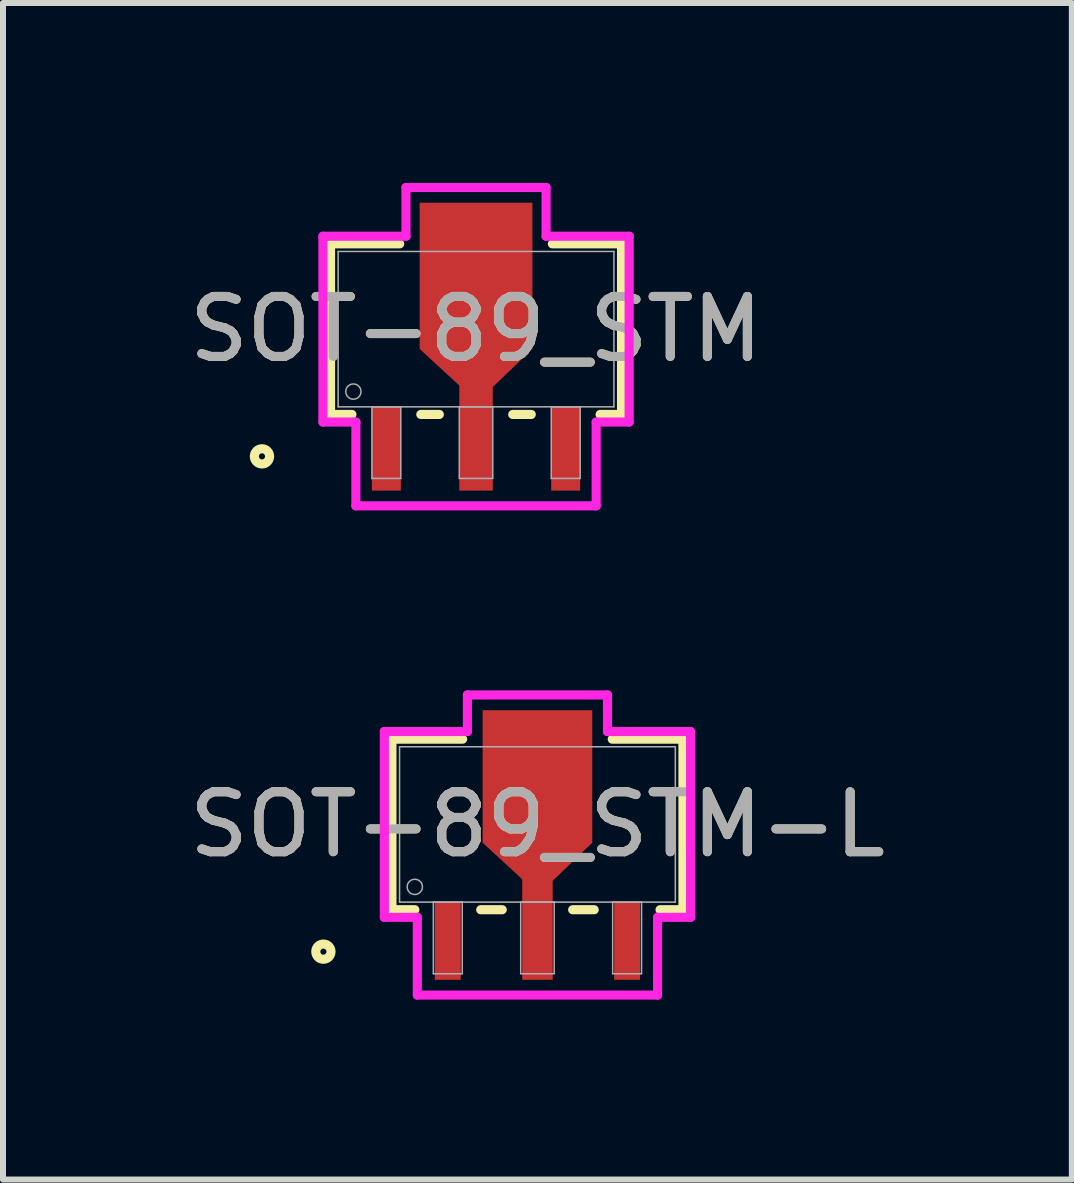
<source format=kicad_pcb>
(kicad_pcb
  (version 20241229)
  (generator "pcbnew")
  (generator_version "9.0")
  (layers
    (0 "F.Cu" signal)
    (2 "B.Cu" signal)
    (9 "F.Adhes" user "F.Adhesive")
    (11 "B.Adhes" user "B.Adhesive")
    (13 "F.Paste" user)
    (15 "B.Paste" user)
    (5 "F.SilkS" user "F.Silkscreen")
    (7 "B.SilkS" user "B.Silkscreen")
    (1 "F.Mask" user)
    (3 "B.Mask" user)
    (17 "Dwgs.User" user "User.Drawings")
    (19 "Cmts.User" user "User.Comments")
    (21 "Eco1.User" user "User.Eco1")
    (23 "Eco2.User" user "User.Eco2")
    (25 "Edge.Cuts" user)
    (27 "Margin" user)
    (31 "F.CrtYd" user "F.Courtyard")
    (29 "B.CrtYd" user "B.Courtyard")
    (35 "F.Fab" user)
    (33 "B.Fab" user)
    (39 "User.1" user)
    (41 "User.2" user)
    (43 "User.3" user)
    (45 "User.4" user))
  (footprint "SOT-89_STM"
    (layer "F.Cu")
    (at 4.887 2.438)
    (property "Reference" "SOT-89_STM" (at 0 0 0) (unlocked yes) (layer "F.SilkS") (effects (font (size 1 1) (thickness 0.15))))
    (attr smd)
    (fp_poly (pts (xy -0.279 1.295) (xy -0.279 0.94) (xy -0.94 0.33) (xy -0.94 -2.108) (xy 0.94 -2.108) (xy 0.94 0.33) (xy 0.279 0.965) (xy 0.279 1.295)) (stroke (width 0) (type solid)) (fill yes) (layer "F.Cu"))
    (fp_poly (pts (xy -0.279 1.295) (xy -0.279 0.94) (xy -0.914 0.305) (xy -0.914 -1.956) (xy 0.914 -1.956) (xy 0.914 0.305) (xy 0.279 0.94) (xy 0.279 1.295)) (stroke (width 0) (type solid)) (fill yes) (layer "F.Mask"))
    (fp_line (start -2.426 -1.422) (end -2.426 1.422) (stroke (width 0.152) (type solid)) (layer "F.SilkS"))
    (fp_line (start -2.426 1.422) (end -2.069 1.422) (stroke (width 0.152) (type solid)) (layer "F.SilkS"))
    (fp_line (start -1.273 -1.422) (end -2.426 -1.422) (stroke (width 0.152) (type solid)) (layer "F.SilkS"))
    (fp_line (start -0.921 1.422) (end -0.612 1.422) (stroke (width 0.152) (type solid)) (layer "F.SilkS"))
    (fp_line (start 0.612 1.422) (end 0.921 1.422) (stroke (width 0.152) (type solid)) (layer "F.SilkS"))
    (fp_line (start 2.069 1.422) (end 2.426 1.422) (stroke (width 0.152) (type solid)) (layer "F.SilkS"))
    (fp_line (start 2.426 -1.422) (end 1.273 -1.422) (stroke (width 0.152) (type solid)) (layer "F.SilkS"))
    (fp_line (start 2.426 1.422) (end 2.426 -1.422) (stroke (width 0.152) (type solid)) (layer "F.SilkS"))
    (fp_circle (center -3.569 2.121) (end -3.442 2.121) (stroke (width 0.152) (type solid)) (fill no) (layer "F.SilkS"))
    (fp_poly (pts (xy -0.279 1.295) (xy -0.279 0.94) (xy -0.914 0.305) (xy -0.914 -1.956) (xy 0.914 -1.956) (xy 0.914 0.305) (xy 0.279 0.94) (xy 0.279 1.295)) (stroke (width 0) (type solid)) (fill yes) (layer "F.Paste"))
    (fp_line (start -2.553 -1.549) (end -1.168 -1.549) (stroke (width 0.152) (type solid)) (layer "F.CrtYd"))
    (fp_line (start -2.553 1.549) (end -2.553 -1.549) (stroke (width 0.152) (type solid)) (layer "F.CrtYd"))
    (fp_line (start -2.003 1.549) (end -2.553 1.549) (stroke (width 0.152) (type solid)) (layer "F.CrtYd"))
    (fp_line (start -2.003 2.946) (end -2.003 1.549) (stroke (width 0.152) (type solid)) (layer "F.CrtYd"))
    (fp_line (start -1.168 -2.362) (end 1.168 -2.362) (stroke (width 0.152) (type solid)) (layer "F.CrtYd"))
    (fp_line (start -1.168 -1.549) (end -1.168 -2.362) (stroke (width 0.152) (type solid)) (layer "F.CrtYd"))
    (fp_line (start 1.168 -2.362) (end 1.168 -1.549) (stroke (width 0.152) (type solid)) (layer "F.CrtYd"))
    (fp_line (start 1.168 -1.549) (end 2.553 -1.549) (stroke (width 0.152) (type solid)) (layer "F.CrtYd"))
    (fp_line (start 2.003 1.549) (end 2.003 2.946) (stroke (width 0.152) (type solid)) (layer "F.CrtYd"))
    (fp_line (start 2.003 2.946) (end -2.003 2.946) (stroke (width 0.152) (type solid)) (layer "F.CrtYd"))
    (fp_line (start 2.553 -1.549) (end 2.553 1.549) (stroke (width 0.152) (type solid)) (layer "F.CrtYd"))
    (fp_line (start 2.553 1.549) (end 2.003 1.549) (stroke (width 0.152) (type solid)) (layer "F.CrtYd"))
    (fp_line (start -2.299 -1.295) (end -2.299 1.295) (stroke (width 0.025) (type solid)) (layer "F.Fab"))
    (fp_line (start -2.299 1.295) (end 2.299 1.295) (stroke (width 0.025) (type solid)) (layer "F.Fab"))
    (fp_line (start -1.736 1.295) (end -1.736 2.489) (stroke (width 0.025) (type solid)) (layer "F.Fab"))
    (fp_line (start -1.736 2.489) (end -1.254 2.489) (stroke (width 0.025) (type solid)) (layer "F.Fab"))
    (fp_line (start -1.254 1.295) (end -1.736 1.295) (stroke (width 0.025) (type solid)) (layer "F.Fab"))
    (fp_line (start -1.254 2.489) (end -1.254 1.295) (stroke (width 0.025) (type solid)) (layer "F.Fab"))
    (fp_line (start -0.279 1.295) (end -0.279 2.489) (stroke (width 0.025) (type solid)) (layer "F.Fab"))
    (fp_line (start -0.279 2.489) (end 0.279 2.489) (stroke (width 0.025) (type solid)) (layer "F.Fab"))
    (fp_line (start 0.279 1.295) (end -0.279 1.295) (stroke (width 0.025) (type solid)) (layer "F.Fab"))
    (fp_line (start 0.279 2.489) (end 0.279 1.295) (stroke (width 0.025) (type solid)) (layer "F.Fab"))
    (fp_line (start 1.254 1.295) (end 1.254 2.489) (stroke (width 0.025) (type solid)) (layer "F.Fab"))
    (fp_line (start 1.254 2.489) (end 1.736 2.489) (stroke (width 0.025) (type solid)) (layer "F.Fab"))
    (fp_line (start 1.736 1.295) (end 1.254 1.295) (stroke (width 0.025) (type solid)) (layer "F.Fab"))
    (fp_line (start 1.736 2.489) (end 1.736 1.295) (stroke (width 0.025) (type solid)) (layer "F.Fab"))
    (fp_line (start 2.299 -1.295) (end -2.299 -1.295) (stroke (width 0.025) (type solid)) (layer "F.Fab"))
    (fp_line (start 2.299 1.295) (end 2.299 -1.295) (stroke (width 0.025) (type solid)) (layer "F.Fab"))
    (fp_circle (center -2.045 1.041) (end -1.918 1.041) (stroke (width 0.025) (type solid)) (fill no) (layer "F.Fab"))
    (fp_text user "${REFERENCE}" (at 0 0 0) (unlocked yes) (layer "F.Fab") (effects (font (size 1 1) (thickness 0.15))))
    (pad "1" smd rect (at -1.495 1.994) (size 0.483 1.397) (layers "F.Cu" "F.Mask" "F.Paste"))
    (pad "2" smd rect (at 0 1.994) (size 0.559 1.397) (layers "F.Cu" "F.Mask" "F.Paste"))
    (pad "3" smd rect (at 1.495 1.994) (size 0.483 1.397) (layers "F.Cu" "F.Mask" "F.Paste")))
  (footprint "SOT-89_STM-L"
    (layer "F.Cu")
    (at 5.911 10.696)
    (property "Reference" "SOT-89_STM-L" (at 0 0 0) (unlocked yes) (layer "F.SilkS") (effects (font (size 1 1) (thickness 0.15))))
    (attr smd)
    (fp_poly (pts (xy -0.254 1.295) (xy -0.254 0.914) (xy -0.914 0.305) (xy -0.914 -1.905) (xy 0.914 -1.905) (xy 0.914 0.305) (xy 0.254 0.94) (xy 0.254 1.295)) (stroke (width 0) (type solid)) (fill yes) (layer "F.Cu"))
    (fp_poly (pts (xy -0.254 1.27) (xy -0.254 0.914) (xy -0.889 0.279) (xy -0.889 -1.854) (xy 0.889 -1.854) (xy 0.889 0.279) (xy 0.254 0.914) (xy 0.254 1.27)) (stroke (width 0) (type solid)) (fill yes) (layer "F.Mask"))
    (fp_line (start -2.426 -1.422) (end -2.426 1.422) (stroke (width 0.152) (type solid)) (layer "F.SilkS"))
    (fp_line (start -2.426 1.422) (end -2.044 1.422) (stroke (width 0.152) (type solid)) (layer "F.SilkS"))
    (fp_line (start -1.247 -1.422) (end -2.426 -1.422) (stroke (width 0.152) (type solid)) (layer "F.SilkS"))
    (fp_line (start -0.946 1.422) (end -0.587 1.422) (stroke (width 0.152) (type solid)) (layer "F.SilkS"))
    (fp_line (start 0.587 1.422) (end 0.946 1.422) (stroke (width 0.152) (type solid)) (layer "F.SilkS"))
    (fp_line (start 2.044 1.422) (end 2.426 1.422) (stroke (width 0.152) (type solid)) (layer "F.SilkS"))
    (fp_line (start 2.426 -1.422) (end 1.247 -1.422) (stroke (width 0.152) (type solid)) (layer "F.SilkS"))
    (fp_line (start 2.426 1.422) (end 2.426 -1.422) (stroke (width 0.152) (type solid)) (layer "F.SilkS"))
    (fp_circle (center -3.569 2.121) (end -3.442 2.121) (stroke (width 0.152) (type solid)) (fill no) (layer "F.SilkS"))
    (fp_poly (pts (xy -0.254 1.27) (xy -0.254 0.914) (xy -0.889 0.279) (xy -0.889 -1.854) (xy 0.889 -1.854) (xy 0.889 0.279) (xy 0.254 0.914) (xy 0.254 1.27)) (stroke (width 0) (type solid)) (fill yes) (layer "F.Paste"))
    (fp_line (start -2.553 -1.549) (end -1.168 -1.549) (stroke (width 0.152) (type solid)) (layer "F.CrtYd"))
    (fp_line (start -2.553 1.549) (end -2.553 -1.549) (stroke (width 0.152) (type solid)) (layer "F.CrtYd"))
    (fp_line (start -2.003 1.549) (end -2.553 1.549) (stroke (width 0.152) (type solid)) (layer "F.CrtYd"))
    (fp_line (start -2.003 2.845) (end -2.003 1.549) (stroke (width 0.152) (type solid)) (layer "F.CrtYd"))
    (fp_line (start -1.168 -2.159) (end 1.168 -2.159) (stroke (width 0.152) (type solid)) (layer "F.CrtYd"))
    (fp_line (start -1.168 -1.549) (end -1.168 -2.159) (stroke (width 0.152) (type solid)) (layer "F.CrtYd"))
    (fp_line (start 1.168 -2.159) (end 1.168 -1.549) (stroke (width 0.152) (type solid)) (layer "F.CrtYd"))
    (fp_line (start 1.168 -1.549) (end 2.553 -1.549) (stroke (width 0.152) (type solid)) (layer "F.CrtYd"))
    (fp_line (start 2.003 1.549) (end 2.003 2.845) (stroke (width 0.152) (type solid)) (layer "F.CrtYd"))
    (fp_line (start 2.003 2.845) (end -2.003 2.845) (stroke (width 0.152) (type solid)) (layer "F.CrtYd"))
    (fp_line (start 2.553 -1.549) (end 2.553 1.549) (stroke (width 0.152) (type solid)) (layer "F.CrtYd"))
    (fp_line (start 2.553 1.549) (end 2.003 1.549) (stroke (width 0.152) (type solid)) (layer "F.CrtYd"))
    (fp_line (start -2.299 -1.295) (end -2.299 1.295) (stroke (width 0.025) (type solid)) (layer "F.Fab"))
    (fp_line (start -2.299 1.295) (end 2.299 1.295) (stroke (width 0.025) (type solid)) (layer "F.Fab"))
    (fp_line (start -1.736 1.295) (end -1.736 2.489) (stroke (width 0.025) (type solid)) (layer "F.Fab"))
    (fp_line (start -1.736 2.489) (end -1.254 2.489) (stroke (width 0.025) (type solid)) (layer "F.Fab"))
    (fp_line (start -1.254 1.295) (end -1.736 1.295) (stroke (width 0.025) (type solid)) (layer "F.Fab"))
    (fp_line (start -1.254 2.489) (end -1.254 1.295) (stroke (width 0.025) (type solid)) (layer "F.Fab"))
    (fp_line (start -0.279 1.295) (end -0.279 2.489) (stroke (width 0.025) (type solid)) (layer "F.Fab"))
    (fp_line (start -0.279 2.489) (end 0.279 2.489) (stroke (width 0.025) (type solid)) (layer "F.Fab"))
    (fp_line (start 0.279 1.295) (end -0.279 1.295) (stroke (width 0.025) (type solid)) (layer "F.Fab"))
    (fp_line (start 0.279 2.489) (end 0.279 1.295) (stroke (width 0.025) (type solid)) (layer "F.Fab"))
    (fp_line (start 1.254 1.295) (end 1.254 2.489) (stroke (width 0.025) (type solid)) (layer "F.Fab"))
    (fp_line (start 1.254 2.489) (end 1.736 2.489) (stroke (width 0.025) (type solid)) (layer "F.Fab"))
    (fp_line (start 1.736 1.295) (end 1.254 1.295) (stroke (width 0.025) (type solid)) (layer "F.Fab"))
    (fp_line (start 1.736 2.489) (end 1.736 1.295) (stroke (width 0.025) (type solid)) (layer "F.Fab"))
    (fp_line (start 2.299 -1.295) (end -2.299 -1.295) (stroke (width 0.025) (type solid)) (layer "F.Fab"))
    (fp_line (start 2.299 1.295) (end 2.299 -1.295) (stroke (width 0.025) (type solid)) (layer "F.Fab"))
    (fp_circle (center -2.045 1.041) (end -1.918 1.041) (stroke (width 0.025) (type solid)) (fill no) (layer "F.Fab"))
    (fp_text user "${REFERENCE}" (at 0 0 0) (unlocked yes) (layer "F.Fab") (effects (font (size 1 1) (thickness 0.15))))
    (pad "1" smd rect (at -1.495 1.943) (size 0.432 1.295) (layers "F.Cu" "F.Mask" "F.Paste"))
    (pad "2" smd rect (at 0 1.943) (size 0.508 1.295) (layers "F.Cu" "F.Mask" "F.Paste"))
    (pad "3" smd rect (at 1.495 1.943) (size 0.432 1.295) (layers "F.Cu" "F.Mask" "F.Paste")))
  (gr_rect
    (start -3 -3)
    (end 14.821 16.617)
    (stroke (width 0.1) (type default))
    (fill no)
    (layer "Edge.Cuts")))
</source>
